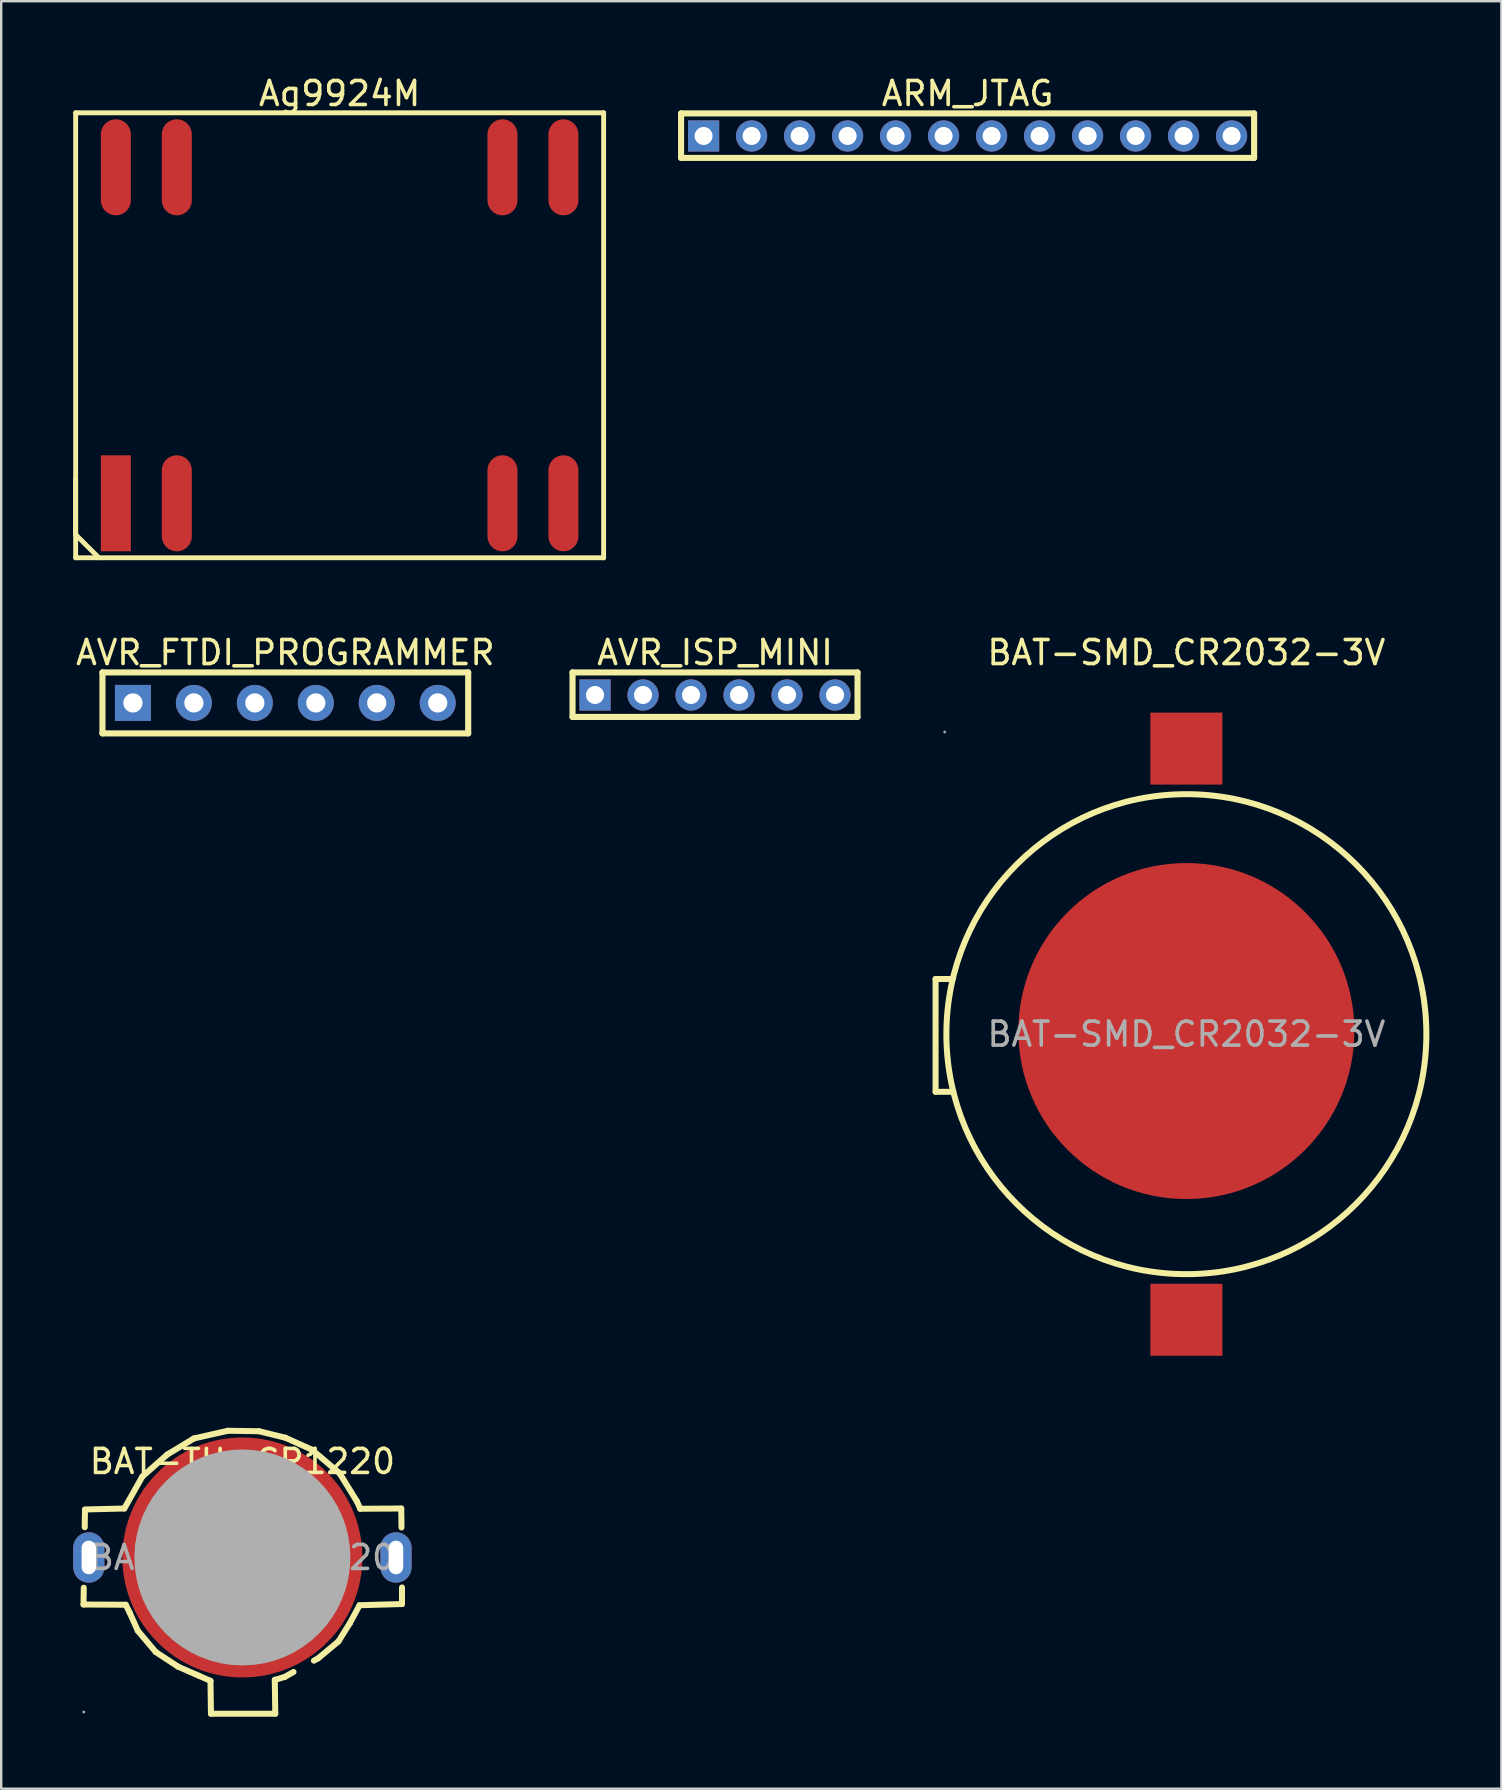
<source format=kicad_pcb>
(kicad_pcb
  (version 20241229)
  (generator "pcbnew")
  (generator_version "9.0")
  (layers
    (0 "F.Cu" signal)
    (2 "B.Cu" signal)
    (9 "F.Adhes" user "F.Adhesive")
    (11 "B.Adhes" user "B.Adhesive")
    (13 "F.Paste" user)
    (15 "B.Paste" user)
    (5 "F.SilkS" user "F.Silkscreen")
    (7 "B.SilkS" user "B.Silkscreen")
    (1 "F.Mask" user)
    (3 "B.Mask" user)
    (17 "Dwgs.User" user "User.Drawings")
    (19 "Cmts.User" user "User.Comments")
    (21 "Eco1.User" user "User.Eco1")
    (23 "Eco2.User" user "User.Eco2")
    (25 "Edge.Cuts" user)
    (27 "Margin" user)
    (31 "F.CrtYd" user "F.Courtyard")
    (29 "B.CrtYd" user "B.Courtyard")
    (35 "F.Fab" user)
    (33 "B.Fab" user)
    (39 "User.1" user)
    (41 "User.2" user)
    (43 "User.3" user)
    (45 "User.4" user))
  (footprint "ARM_JTAG"
    (layer "F.Cu")
    (at 26.268 2.615)
    (property "Reference" "ARM_JTAG" (at 11 -1.767 0) (layer "F.SilkS") (effects (font (size 1 1) (thickness 0.15))))
    (fp_line (start -0.938 -0.94) (end 22.938 -0.94) (stroke (width 0.254) (type solid)) (layer "F.SilkS"))
    (fp_line (start -0.938 0.914) (end -0.938 -0.94) (stroke (width 0.254) (type solid)) (layer "F.SilkS"))
    (fp_line (start -0.938 0.914) (end 22.938 0.914) (stroke (width 0.254) (type solid)) (layer "F.SilkS"))
    (fp_line (start 22.938 0.914) (end 22.938 -0.94) (stroke (width 0.254) (type solid)) (layer "F.SilkS"))
    (pad "1" thru_hole rect (at 0 0) (size 1.3 1.3) (drill 0.75) (layers "*.Cu" "*.Mask"))
    (pad "2" thru_hole circle (at 2 0) (size 1.3 1.3) (drill 0.75) (layers "*.Cu" "*.Mask"))
    (pad "3" thru_hole circle (at 4 0) (size 1.3 1.3) (drill 0.75) (layers "*.Cu" "*.Mask"))
    (pad "4" thru_hole circle (at 6 0) (size 1.3 1.3) (drill 0.75) (layers "*.Cu" "*.Mask"))
    (pad "5" thru_hole circle (at 8 0) (size 1.3 1.3) (drill 0.75) (layers "*.Cu" "*.Mask"))
    (pad "6" thru_hole circle (at 10 0) (size 1.3 1.3) (drill 0.75) (layers "*.Cu" "*.Mask"))
    (pad "7" thru_hole circle (at 12 0) (size 1.3 1.3) (drill 0.75) (layers "*.Cu" "*.Mask"))
    (pad "8" thru_hole circle (at 14 0) (size 1.3 1.3) (drill 0.75) (layers "*.Cu" "*.Mask"))
    (pad "9" thru_hole circle (at 16 0) (size 1.3 1.3) (drill 0.75) (layers "*.Cu" "*.Mask"))
    (pad "10" thru_hole circle (at 18 0) (size 1.3 1.3) (drill 0.75) (layers "*.Cu" "*.Mask"))
    (pad "11" thru_hole circle (at 20 0) (size 1.3 1.3) (drill 0.75) (layers "*.Cu" "*.Mask"))
    (pad "12" thru_hole circle (at 22 0) (size 1.3 1.3) (drill 0.75) (layers "*.Cu" "*.Mask")))
  (footprint "BAT-SMD_CR2032-3V"
    (layer "F.Cu")
    (at 46.384 40.042)
    (property "Reference" "BAT-SMD_CR2032-3V" (at 0 -15.9 0) (layer "F.SilkS") (effects (font (size 1 1) (thickness 0.15))))
    (attr smd)
    (fp_line (start -10.45 -2.3) (end -10.45 2.4) (stroke (width 0.25) (type solid)) (layer "F.SilkS"))
    (fp_line (start -10.45 2.4) (end -9.71 2.4) (stroke (width 0.25) (type solid)) (layer "F.SilkS"))
    (fp_line (start -9.77 -2.3) (end -10.45 -2.3) (stroke (width 0.25) (type solid)) (layer "F.SilkS"))
    (fp_arc (start -9.728502 -2.316665) (mid -9.74764 -2.304322) (end -9.77 -2.3) (stroke (width 0.25) (type solid)) (layer "F.SilkS"))
    (fp_circle (center 0 0) (end 10 0) (stroke (width 0.25) (type solid)) (fill no) (layer "F.SilkS"))
    (fp_circle (center -10.07 -12.59) (end -10.04 -12.59) (stroke (width 0.06) (type solid)) (fill no) (layer "F.Fab"))
    (fp_text user "${REFERENCE}" (at 0 0 0) (layer "F.Fab") (effects (font (size 1 1) (thickness 0.15))))
    (pad "1" smd rect (at 0 -11.9) (size 3 3) (layers "F.Cu" "F.Mask" "F.Paste"))
    (pad "1" smd rect (at 0 11.9) (size 3 3) (layers "F.Cu" "F.Mask" "F.Paste"))
    (pad "2" smd circle (at 0 -0.13) (size 14 14) (layers "F.Cu" "F.Mask" "F.Paste")))
  (footprint "Ag9924M"
    (layer "F.Cu")
    (at 11.102 10.921)
    (property "Reference" "Ag9924M" (at 0 -10.073 0) (layer "F.SilkS") (effects (font (size 1 1) (thickness 0.15))))
    (fp_line (start -11 -9.271) (end 11 -9.271) (stroke (width 0.203) (type solid)) (layer "F.SilkS"))
    (fp_line (start -11 8.304) (end -11 6) (stroke (width 0.203) (type solid)) (layer "F.SilkS"))
    (fp_line (start -11 8.304) (end -10.033 9.271) (stroke (width 0.203) (type solid)) (layer "F.SilkS"))
    (fp_line (start -11 9.271) (end -11 -9.271) (stroke (width 0.203) (type solid)) (layer "F.SilkS"))
    (fp_line (start -11 9.271) (end 11 9.271) (stroke (width 0.203) (type solid)) (layer "F.SilkS"))
    (fp_line (start 11 9.271) (end 11 -9.271) (stroke (width 0.203) (type solid)) (layer "F.SilkS"))
    (pad "1" smd rect (at -9.325 7 90) (size 4 1.25) (layers "F.Cu" "F.Mask" "F.Paste"))
    (pad "2" smd oval (at -6.785 7 90) (size 4 1.25) (layers "F.Cu" "F.Mask" "F.Paste"))
    (pad "3" smd oval (at 6.785 7 90) (size 4 1.25) (layers "F.Cu" "F.Mask" "F.Paste"))
    (pad "4" smd oval (at 9.325 7 90) (size 4 1.25) (layers "F.Cu" "F.Mask" "F.Paste"))
    (pad "5" smd oval (at 9.325 -7 90) (size 4 1.25) (layers "F.Cu" "F.Mask" "F.Paste"))
    (pad "6" smd oval (at 6.785 -7 90) (size 4 1.25) (layers "F.Cu" "F.Mask" "F.Paste"))
    (pad "7" smd oval (at -6.785 -7 90) (size 4 1.25) (layers "F.Cu" "F.Mask" "F.Paste"))
    (pad "8" smd oval (at -9.325 -7 90) (size 4 1.25) (layers "F.Cu" "F.Mask" "F.Paste")))
  (footprint "AVR_ISP_MINI"
    (layer "F.Cu")
    (at 21.744 25.909)
    (property "Reference" "AVR_ISP_MINI" (at 5 -1.767 0) (layer "F.SilkS") (effects (font (size 1 1) (thickness 0.15))))
    (fp_line (start -0.938 -0.94) (end 10.938 -0.94) (stroke (width 0.254) (type solid)) (layer "F.SilkS"))
    (fp_line (start -0.938 0.914) (end -0.938 -0.94) (stroke (width 0.254) (type solid)) (layer "F.SilkS"))
    (fp_line (start -0.938 0.914) (end 10.938 0.914) (stroke (width 0.254) (type solid)) (layer "F.SilkS"))
    (fp_line (start 10.938 0.914) (end 10.938 -0.94) (stroke (width 0.254) (type solid)) (layer "F.SilkS"))
    (pad "1" thru_hole rect (at 0 0) (size 1.3 1.3) (drill 0.75) (layers "*.Cu" "*.Mask"))
    (pad "2" thru_hole circle (at 2 0) (size 1.3 1.3) (drill 0.75) (layers "*.Cu" "*.Mask"))
    (pad "3" thru_hole circle (at 4 0) (size 1.3 1.3) (drill 0.75) (layers "*.Cu" "*.Mask"))
    (pad "4" thru_hole circle (at 6 0) (size 1.3 1.3) (drill 0.75) (layers "*.Cu" "*.Mask"))
    (pad "5" thru_hole circle (at 8 0) (size 1.3 1.3) (drill 0.75) (layers "*.Cu" "*.Mask"))
    (pad "6" thru_hole circle (at 10 0) (size 1.3 1.3) (drill 0.75) (layers "*.Cu" "*.Mask")))
  (footprint "BAT-TH-CR1220"
    (layer "F.Cu")
    (at 7.05 61.847)
    (property "Reference" "BAT-TH-CR1220" (at 0 -4 0) (layer "F.SilkS") (effects (font (size 1 1) (thickness 0.15))))
    (attr through_hole)
    (fp_line (start -6.62 1.96) (end -6.61 1.26) (stroke (width 0.25) (type solid)) (layer "F.SilkS"))
    (fp_line (start -6.57 -1.26) (end -6.56 -1.99) (stroke (width 0.25) (type solid)) (layer "F.SilkS"))
    (fp_line (start -6.56 -2) (end -4.92 -2.04) (stroke (width 0.25) (type solid)) (layer "F.SilkS"))
    (fp_line (start -4.92 -2.04) (end -4.17 -3.37) (stroke (width 0.25) (type solid)) (layer "F.SilkS"))
    (fp_line (start -4.86 1.97) (end -6.62 1.96) (stroke (width 0.25) (type solid)) (layer "F.SilkS"))
    (fp_line (start -4.7 2.29) (end -4.86 1.97) (stroke (width 0.25) (type solid)) (layer "F.SilkS"))
    (fp_line (start -4.36 3.05) (end -4.7 2.29) (stroke (width 0.25) (type solid)) (layer "F.SilkS"))
    (fp_line (start -4.17 -3.37) (end -3.13 -4.29) (stroke (width 0.25) (type solid)) (layer "F.SilkS"))
    (fp_line (start -3.61 3.94) (end -4.36 3.05) (stroke (width 0.25) (type solid)) (layer "F.SilkS"))
    (fp_line (start -3.13 -4.29) (end -2.02 -4.96) (stroke (width 0.25) (type solid)) (layer "F.SilkS"))
    (fp_line (start -2.68 4.55) (end -3.61 3.94) (stroke (width 0.25) (type solid)) (layer "F.SilkS"))
    (fp_line (start -2.02 -4.96) (end -0.6 -5.28) (stroke (width 0.25) (type solid)) (layer "F.SilkS"))
    (fp_line (start -1.81 4.93) (end -2.68 4.55) (stroke (width 0.25) (type solid)) (layer "F.SilkS"))
    (fp_line (start -1.33 5.14) (end -1.81 4.93) (stroke (width 0.25) (type solid)) (layer "F.SilkS"))
    (fp_line (start -1.31 6.51) (end -1.33 5.14) (stroke (width 0.25) (type solid)) (layer "F.SilkS"))
    (fp_line (start -0.6 -5.28) (end 0.69 -5.26) (stroke (width 0.25) (type solid)) (layer "F.SilkS"))
    (fp_line (start 0.69 -5.26) (end 1.79 -4.99) (stroke (width 0.25) (type solid)) (layer "F.SilkS"))
    (fp_line (start 1.35 5.1) (end 1.37 6.51) (stroke (width 0.25) (type solid)) (layer "F.SilkS"))
    (fp_line (start 1.37 6.51) (end -1.31 6.51) (stroke (width 0.25) (type solid)) (layer "F.SilkS"))
    (fp_line (start 1.76 4.98) (end 1.35 5.1) (stroke (width 0.25) (type solid)) (layer "F.SilkS"))
    (fp_line (start 1.79 -4.99) (end 2.9 -4.49) (stroke (width 0.25) (type solid)) (layer "F.SilkS"))
    (fp_line (start 2.13 4.77) (end 1.76 4.98) (stroke (width 0.25) (type solid)) (layer "F.SilkS"))
    (fp_line (start 2.9 -4.49) (end 4.05 -3.51) (stroke (width 0.25) (type solid)) (layer "F.SilkS"))
    (fp_line (start 3.16 4.2) (end 2.98 4.3) (stroke (width 0.25) (type solid)) (layer "F.SilkS"))
    (fp_line (start 4 3.5) (end 3.16 4.2) (stroke (width 0.25) (type solid)) (layer "F.SilkS"))
    (fp_line (start 4.05 -3.51) (end 4.77 -2.34) (stroke (width 0.25) (type solid)) (layer "F.SilkS"))
    (fp_line (start 4.47 2.75) (end 4 3.5) (stroke (width 0.25) (type solid)) (layer "F.SilkS"))
    (fp_line (start 4.77 -2.34) (end 4.91 -2.03) (stroke (width 0.25) (type solid)) (layer "F.SilkS"))
    (fp_line (start 4.88 1.99) (end 4.47 2.75) (stroke (width 0.25) (type solid)) (layer "F.SilkS"))
    (fp_line (start 4.91 -2.03) (end 6.62 -2.04) (stroke (width 0.25) (type solid)) (layer "F.SilkS"))
    (fp_line (start 6.62 -2.04) (end 6.63 -1.25) (stroke (width 0.25) (type solid)) (layer "F.SilkS"))
    (fp_line (start 6.65 1.25) (end 6.65 1.94) (stroke (width 0.25) (type solid)) (layer "F.SilkS"))
    (fp_line (start 6.65 1.94) (end 4.88 1.99) (stroke (width 0.25) (type solid)) (layer "F.SilkS"))
    (fp_circle (center -6.61 6.44) (end -6.58 6.44) (stroke (width 0.06) (type solid)) (fill no) (layer "F.Fab"))
    (fp_circle (center 0 0) (end 2.25 0) (stroke (width 4.5) (type solid)) (fill no) (layer "F.Fab"))
    (fp_text user "${REFERENCE}" (at 0 0 0) (layer "F.Fab") (effects (font (size 1 1) (thickness 0.15))))
    (pad "1" thru_hole oval (at -6.4 0) (size 1.3 2.1) (drill oval 0.6 1.4) (layers "*.Cu" "*.Mask"))
    (pad "1" thru_hole oval (at 6.4 0) (size 1.3 2.1) (drill oval 0.6 1.4) (layers "*.Cu" "*.Mask"))
    (pad "2" smd circle (at 0 0) (size 10 10) (layers "F.Cu" "F.Mask" "F.Paste")))
  (footprint "AVR_FTDI_PROGRAMMER"
    (layer "F.Cu")
    (at 8.839 26.239)
    (property "Reference" "AVR_FTDI_PROGRAMMER" (at 0 -2.097 0) (layer "F.SilkS") (effects (font (size 1 1) (thickness 0.15))))
    (fp_line (start -7.62 -1.27) (end 7.62 -1.27) (stroke (width 0.254) (type solid)) (layer "F.SilkS"))
    (fp_line (start -7.62 1.27) (end -7.62 -1.27) (stroke (width 0.254) (type solid)) (layer "F.SilkS"))
    (fp_line (start -7.62 1.27) (end 7.62 1.27) (stroke (width 0.254) (type solid)) (layer "F.SilkS"))
    (fp_line (start 7.62 1.27) (end 7.62 -1.27) (stroke (width 0.254) (type solid)) (layer "F.SilkS"))
    (pad "1" thru_hole rect (at -6.35 0) (size 1.5 1.5) (drill 0.8) (layers "*.Cu" "*.Mask"))
    (pad "2" thru_hole circle (at -3.81 0) (size 1.5 1.5) (drill 0.8) (layers "*.Cu" "*.Mask"))
    (pad "3" thru_hole circle (at -1.27 0) (size 1.5 1.5) (drill 0.8) (layers "*.Cu" "*.Mask"))
    (pad "4" thru_hole circle (at 1.27 0) (size 1.5 1.5) (drill 0.8) (layers "*.Cu" "*.Mask"))
    (pad "5" thru_hole circle (at 3.81 0) (size 1.5 1.5) (drill 0.8) (layers "*.Cu" "*.Mask"))
    (pad "6" thru_hole circle (at 6.35 0) (size 1.5 1.5) (drill 0.8) (layers "*.Cu" "*.Mask")))
  (gr_rect
    (start -3 -3)
    (end 59.509 71.482)
    (stroke (width 0.1) (type default))
    (fill no)
    (layer "Edge.Cuts")))
</source>
